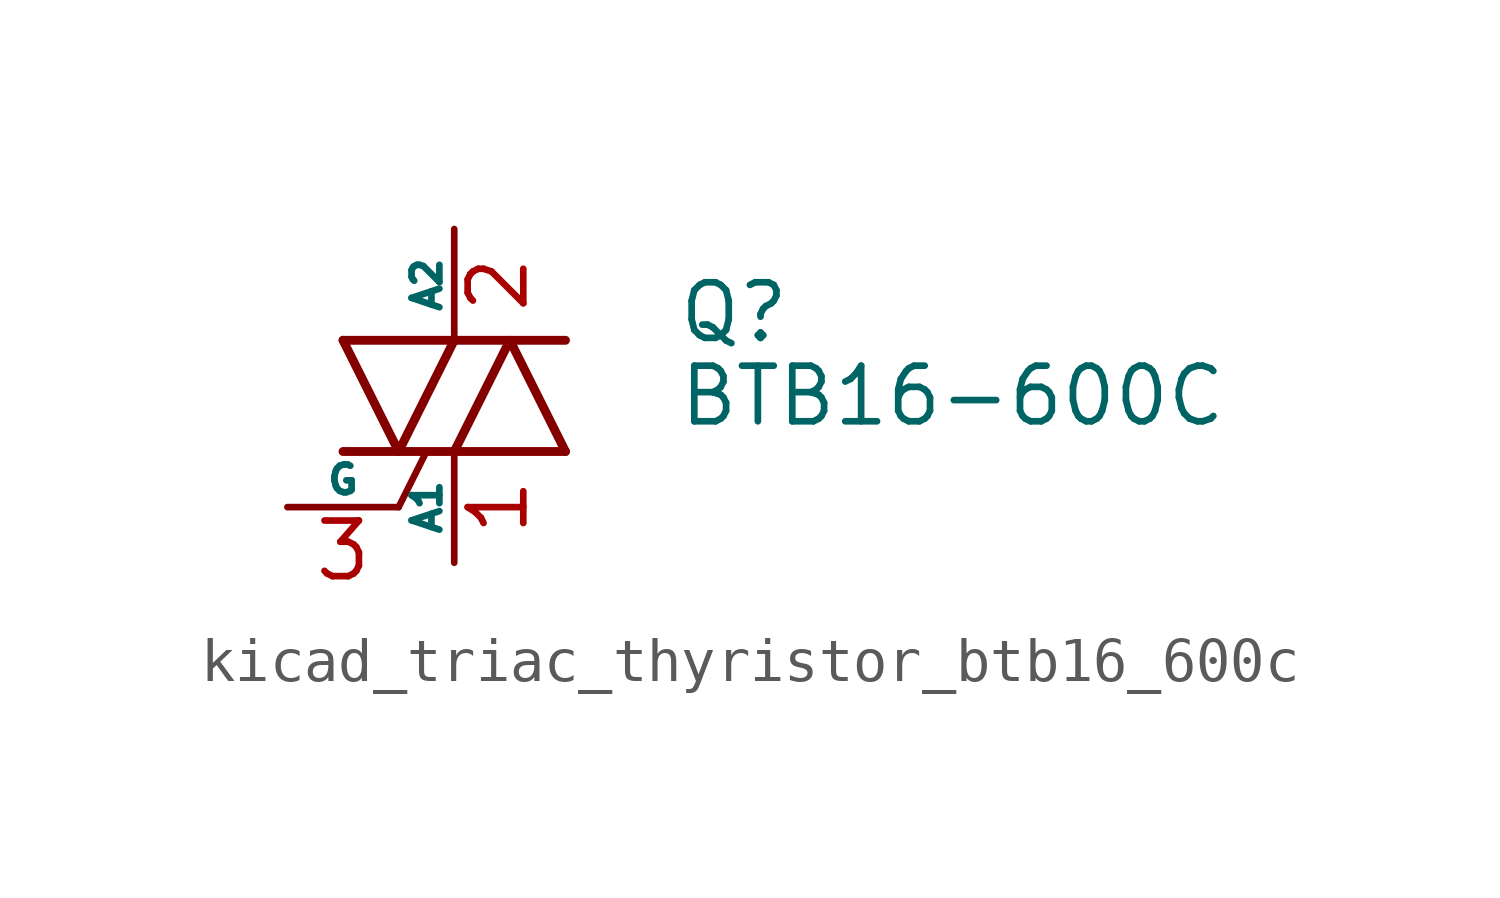
<source format=kicad_sym>
(kicad_symbol_lib
  (version 20220914)
  (generator kicad_symbol_editor)
  (symbol "kicad_triac_thyristor_btb16_600c"
    (pin_names
      (offset 0))
    (property "Reference" "Q"
      (at 5.08 1.905 0)
      (effects (font (size 1.27 1.27)) (justify left)))
    (property "Value" "BTB16-600C"
      (at 5.08 0 0)
      (effects (font (size 1.27 1.27)) (justify left)))
    (symbol "kicad_triac_thyristor_btb16_600c_0_1"
      (polyline (pts (xy -2.54 -1.27) (xy 2.54 -1.27)) (stroke (width 0.203) (type default)) (fill (type none)))
      (polyline (pts (xy -2.54 1.27) (xy 2.54 1.27)) (stroke (width 0.203) (type default)) (fill (type none)))
      (polyline (pts (xy -1.27 -2.54) (xy -0.635 -1.27)) (stroke (width 0) (type default)) (fill (type none)))
      (polyline (pts (xy -2.54 1.27) (xy -1.27 -1.27) (xy 0 1.27)) (stroke (width 0.203) (type default)) (fill (type none)))
      (polyline (pts (xy 0 -1.27) (xy 1.27 1.27) (xy 2.54 -1.27)) (stroke (width 0.203) (type default)) (fill (type none))))
    (symbol "kicad_triac_thyristor_btb16_600c_1_1"
      (pin passive line (at 0 -3.81 90) (length 2.54) (name "A1" (effects (font (size 0.635 0.635)))) (number "1" (effects (font (size 1.27 1.27)))))
      (pin passive line (at 0 3.81 270) (length 2.54) (name "A2" (effects (font (size 0.635 0.635)))) (number "2" (effects (font (size 1.27 1.27)))))
      (pin input line (at -3.81 -2.54 0) (length 2.54) (name "G" (effects (font (size 0.635 0.635)))) (number "3" (effects (font (size 1.27 1.27))))))))
</source>
